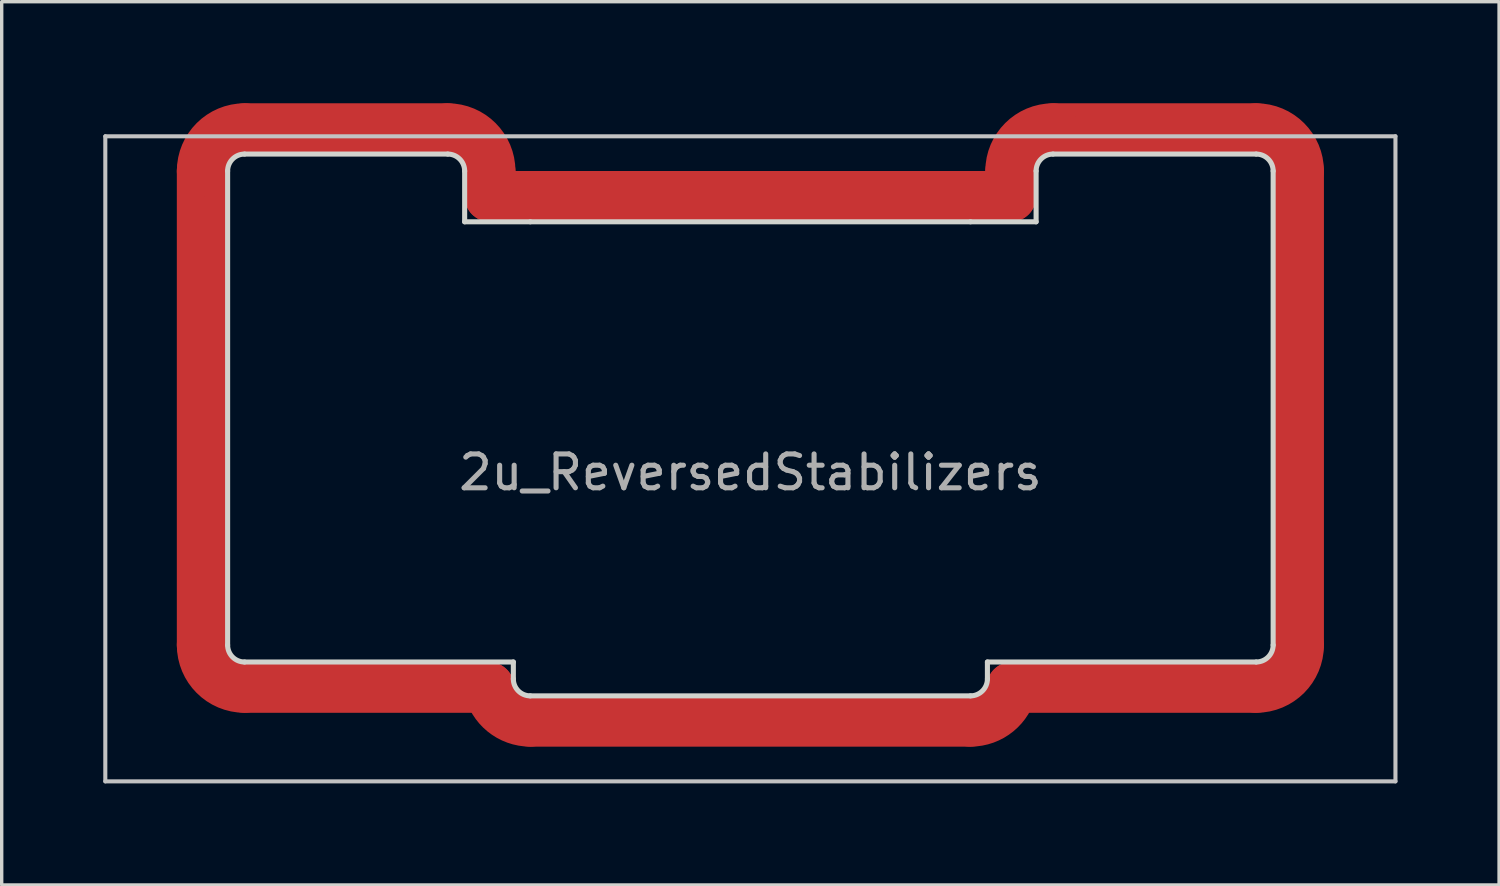
<source format=kicad_pcb>
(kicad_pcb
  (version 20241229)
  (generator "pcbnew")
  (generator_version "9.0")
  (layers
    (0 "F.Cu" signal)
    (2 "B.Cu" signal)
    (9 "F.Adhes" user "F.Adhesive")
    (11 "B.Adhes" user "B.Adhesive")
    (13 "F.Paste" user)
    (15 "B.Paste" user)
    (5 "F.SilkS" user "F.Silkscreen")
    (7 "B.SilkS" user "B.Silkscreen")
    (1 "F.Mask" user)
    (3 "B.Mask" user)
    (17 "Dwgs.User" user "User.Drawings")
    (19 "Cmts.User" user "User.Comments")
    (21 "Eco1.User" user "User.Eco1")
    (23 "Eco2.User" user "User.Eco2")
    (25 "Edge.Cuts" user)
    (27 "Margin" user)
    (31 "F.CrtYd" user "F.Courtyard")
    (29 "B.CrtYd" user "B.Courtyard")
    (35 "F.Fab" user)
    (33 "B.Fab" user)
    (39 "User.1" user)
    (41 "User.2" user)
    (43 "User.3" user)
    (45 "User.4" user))
  (footprint "2u_ReversedStabilizers"
    (layer "F.Cu")
    (at 19.11 10.5)
    (property "Reference" "2u_ReversedStabilizers" (at 0 0.4 0) (layer "F.Fab") (effects (font (size 1 1) (thickness 0.15))))
    (attr through_hole)
    (fp_line (start -16.188 -8.5) (end -16.188 5.5) (stroke (width 1.5) (type solid)) (layer "F.Cu"))
    (fp_line (start -14.938 6.75) (end -7.725 6.75) (stroke (width 1.5) (type solid)) (layer "F.Cu"))
    (fp_line (start -8.938 -9.75) (end -14.938 -9.75) (stroke (width 1.5) (type solid)) (layer "F.Cu"))
    (fp_line (start -7.688 -7.75) (end -7.688 -8.5) (stroke (width 1.5) (type solid)) (layer "F.Cu"))
    (fp_line (start -6.5 -7.75) (end -7.688 -7.75) (stroke (width 1.5) (type solid)) (layer "F.Cu"))
    (fp_line (start -6.5 7.75) (end 6.5 7.75) (stroke (width 1.5) (type solid)) (layer "F.Cu"))
    (fp_line (start 6.5 -7.75) (end -6.5 -7.75) (stroke (width 1.5) (type solid)) (layer "F.Cu"))
    (fp_line (start 7.688 -8.5) (end 7.688 -7.75) (stroke (width 1.5) (type solid)) (layer "F.Cu"))
    (fp_line (start 7.688 -7.75) (end 6.5 -7.75) (stroke (width 1.5) (type solid)) (layer "F.Cu"))
    (fp_line (start 7.725 6.75) (end 14.938 6.75) (stroke (width 1.5) (type solid)) (layer "F.Cu"))
    (fp_line (start 14.938 -9.75) (end 8.938 -9.75) (stroke (width 1.5) (type solid)) (layer "F.Cu"))
    (fp_line (start 16.188 5.5) (end 16.188 -8.5) (stroke (width 1.5) (type solid)) (layer "F.Cu"))
    (fp_arc (start -16.187999 -8.5) (mid -15.821883 -9.383883) (end -14.938 -9.749999) (stroke (width 1.5) (type solid)) (layer "F.Cu"))
    (fp_arc (start -14.937999 6.75) (mid -15.821882 6.383883) (end -16.187999 5.5) (stroke (width 1.5) (type solid)) (layer "F.Cu"))
    (fp_arc (start -8.938 -9.749999) (mid -8.054117 -9.383882) (end -7.688 -8.499999) (stroke (width 1.5) (type solid)) (layer "F.Cu"))
    (fp_arc (start -6.499193 7.75) (mid -7.290256 7.468501) (end -7.724744 6.75) (stroke (width 1.5) (type solid)) (layer "F.Cu"))
    (fp_arc (start 7.688 -8.499999) (mid 8.054117 -9.383882) (end 8.938 -9.749999) (stroke (width 1.5) (type solid)) (layer "F.Cu"))
    (fp_arc (start 7.724906 6.74921) (mid 7.290882 7.467991) (end 6.5 7.75) (stroke (width 1.5) (type solid)) (layer "F.Cu"))
    (fp_arc (start 14.938 -9.749999) (mid 15.821883 -9.383882) (end 16.188 -8.499999) (stroke (width 1.5) (type solid)) (layer "F.Cu"))
    (fp_arc (start 16.188 5.5) (mid 15.821883 6.383883) (end 14.938 6.75) (stroke (width 1.5) (type solid)) (layer "F.Cu"))
    (fp_line (start -16.188 -8.5) (end -16.188 5.5) (stroke (width 1.5) (type solid)) (layer "F.Mask"))
    (fp_line (start -14.938 6.75) (end -7.725 6.75) (stroke (width 1.5) (type solid)) (layer "F.Mask"))
    (fp_line (start -8.938 -9.75) (end -14.938 -9.75) (stroke (width 1.5) (type solid)) (layer "F.Mask"))
    (fp_line (start -7.688 -7.75) (end -7.688 -8.5) (stroke (width 1.5) (type solid)) (layer "F.Mask"))
    (fp_line (start -6.5 -7.75) (end -7.688 -7.75) (stroke (width 1.5) (type solid)) (layer "F.Mask"))
    (fp_line (start -6.5 7.75) (end 6.5 7.75) (stroke (width 1.5) (type solid)) (layer "F.Mask"))
    (fp_line (start 6.5 -7.75) (end -6.5 -7.75) (stroke (width 1.5) (type solid)) (layer "F.Mask"))
    (fp_line (start 7.688 -8.5) (end 7.688 -7.75) (stroke (width 1.5) (type solid)) (layer "F.Mask"))
    (fp_line (start 7.688 -7.75) (end 6.5 -7.75) (stroke (width 1.5) (type solid)) (layer "F.Mask"))
    (fp_line (start 7.725 6.75) (end 14.938 6.75) (stroke (width 1.5) (type solid)) (layer "F.Mask"))
    (fp_line (start 14.938 -9.75) (end 8.938 -9.75) (stroke (width 1.5) (type solid)) (layer "F.Mask"))
    (fp_line (start 16.188 5.5) (end 16.188 -8.5) (stroke (width 1.5) (type solid)) (layer "F.Mask"))
    (fp_arc (start -16.187999 -8.5) (mid -15.821883 -9.383883) (end -14.938 -9.749999) (stroke (width 1.5) (type solid)) (layer "F.Mask"))
    (fp_arc (start -14.937999 6.75) (mid -15.821882 6.383883) (end -16.187999 5.5) (stroke (width 1.5) (type solid)) (layer "F.Mask"))
    (fp_arc (start -8.938 -9.749999) (mid -8.054117 -9.383882) (end -7.688 -8.499999) (stroke (width 1.5) (type solid)) (layer "F.Mask"))
    (fp_arc (start -6.499193 7.75) (mid -7.290256 7.468501) (end -7.724744 6.75) (stroke (width 1.5) (type solid)) (layer "F.Mask"))
    (fp_arc (start 7.688 -8.499999) (mid 8.054117 -9.383882) (end 8.938 -9.749999) (stroke (width 1.5) (type solid)) (layer "F.Mask"))
    (fp_arc (start 7.724906 6.74921) (mid 7.290882 7.467991) (end 6.5 7.75) (stroke (width 1.5) (type solid)) (layer "F.Mask"))
    (fp_arc (start 14.938 -9.749999) (mid 15.821883 -9.383882) (end 16.188 -8.499999) (stroke (width 1.5) (type solid)) (layer "F.Mask"))
    (fp_arc (start 16.188 5.5) (mid 15.821883 6.383883) (end 14.938 6.75) (stroke (width 1.5) (type solid)) (layer "F.Mask"))
    (fp_line (start -19.05 -9.525) (end -19.05 9.525) (stroke (width 0.12) (type solid)) (layer "Dwgs.User"))
    (fp_line (start -19.05 -9.525) (end 19.05 -9.525) (stroke (width 0.12) (type solid)) (layer "Dwgs.User"))
    (fp_line (start -19.05 9.525) (end 19.05 9.525) (stroke (width 0.12) (type solid)) (layer "Dwgs.User"))
    (fp_line (start 19.05 9.525) (end 19.05 -9.525) (stroke (width 0.12) (type solid)) (layer "Dwgs.User"))
    (fp_line (start -15.438 -8.5) (end -15.438 5.5) (stroke (width 0.15) (type solid)) (layer "Edge.Cuts"))
    (fp_line (start -14.938 6) (end -7 6) (stroke (width 0.15) (type solid)) (layer "Edge.Cuts"))
    (fp_line (start -8.938 -9) (end -14.938 -9) (stroke (width 0.15) (type solid)) (layer "Edge.Cuts"))
    (fp_line (start -8.438 -7) (end -8.438 -8.5) (stroke (width 0.15) (type solid)) (layer "Edge.Cuts"))
    (fp_line (start -7 6) (end -7 6.5) (stroke (width 0.15) (type solid)) (layer "Edge.Cuts"))
    (fp_line (start -6.5 7) (end 6.5 7) (stroke (width 0.15) (type solid)) (layer "Edge.Cuts"))
    (fp_line (start -6.5 -7) (end -8.438 -7) (stroke (width 0.15) (type solid)) (layer "Edge.Cuts"))
    (fp_line (start 6.5 -7) (end -6.5 -7) (stroke (width 0.15) (type solid)) (layer "Edge.Cuts"))
    (fp_line (start 7 6) (end 14.938 6) (stroke (width 0.15) (type solid)) (layer "Edge.Cuts"))
    (fp_line (start 7 6.5) (end 7 6) (stroke (width 0.15) (type solid)) (layer "Edge.Cuts"))
    (fp_line (start 8.438 -8.5) (end 8.438 -7) (stroke (width 0.15) (type solid)) (layer "Edge.Cuts"))
    (fp_line (start 8.438 -7) (end 6.5 -7) (stroke (width 0.15) (type solid)) (layer "Edge.Cuts"))
    (fp_line (start 14.938 -9) (end 8.938 -9) (stroke (width 0.15) (type solid)) (layer "Edge.Cuts"))
    (fp_line (start 15.438 5.5) (end 15.438 -8.5) (stroke (width 0.15) (type solid)) (layer "Edge.Cuts"))
    (fp_arc (start -15.437999 -8.5) (mid -15.291553 -8.853553) (end -14.938 -8.999999) (stroke (width 0.15) (type solid)) (layer "Edge.Cuts"))
    (fp_arc (start -14.937999 6.000001) (mid -15.291553 5.853554) (end -15.438 5.5) (stroke (width 0.15) (type solid)) (layer "Edge.Cuts"))
    (fp_arc (start -8.938 -8.999999) (mid -8.584447 -8.853552) (end -8.438 -8.499999) (stroke (width 0.15) (type solid)) (layer "Edge.Cuts"))
    (fp_arc (start -6.499999 7.000001) (mid -6.853553 6.853554) (end -7 6.5) (stroke (width 0.15) (type solid)) (layer "Edge.Cuts"))
    (fp_arc (start 7 6.5) (mid 6.853553 6.853553) (end 6.5 7) (stroke (width 0.15) (type solid)) (layer "Edge.Cuts"))
    (fp_arc (start 8.438 -8.499999) (mid 8.584447 -8.853552) (end 8.938 -8.999999) (stroke (width 0.15) (type solid)) (layer "Edge.Cuts"))
    (fp_arc (start 14.938 -8.999999) (mid 15.291553 -8.853552) (end 15.438 -8.499999) (stroke (width 0.15) (type solid)) (layer "Edge.Cuts"))
    (fp_arc (start 15.438 5.5) (mid 15.291553 5.853553) (end 14.938 6) (stroke (width 0.15) (type solid)) (layer "Edge.Cuts")))
  (gr_rect
    (start -3 -3)
    (end 41.22 23.085)
    (stroke (width 0.1) (type default))
    (fill no)
    (layer "Edge.Cuts")))
</source>
